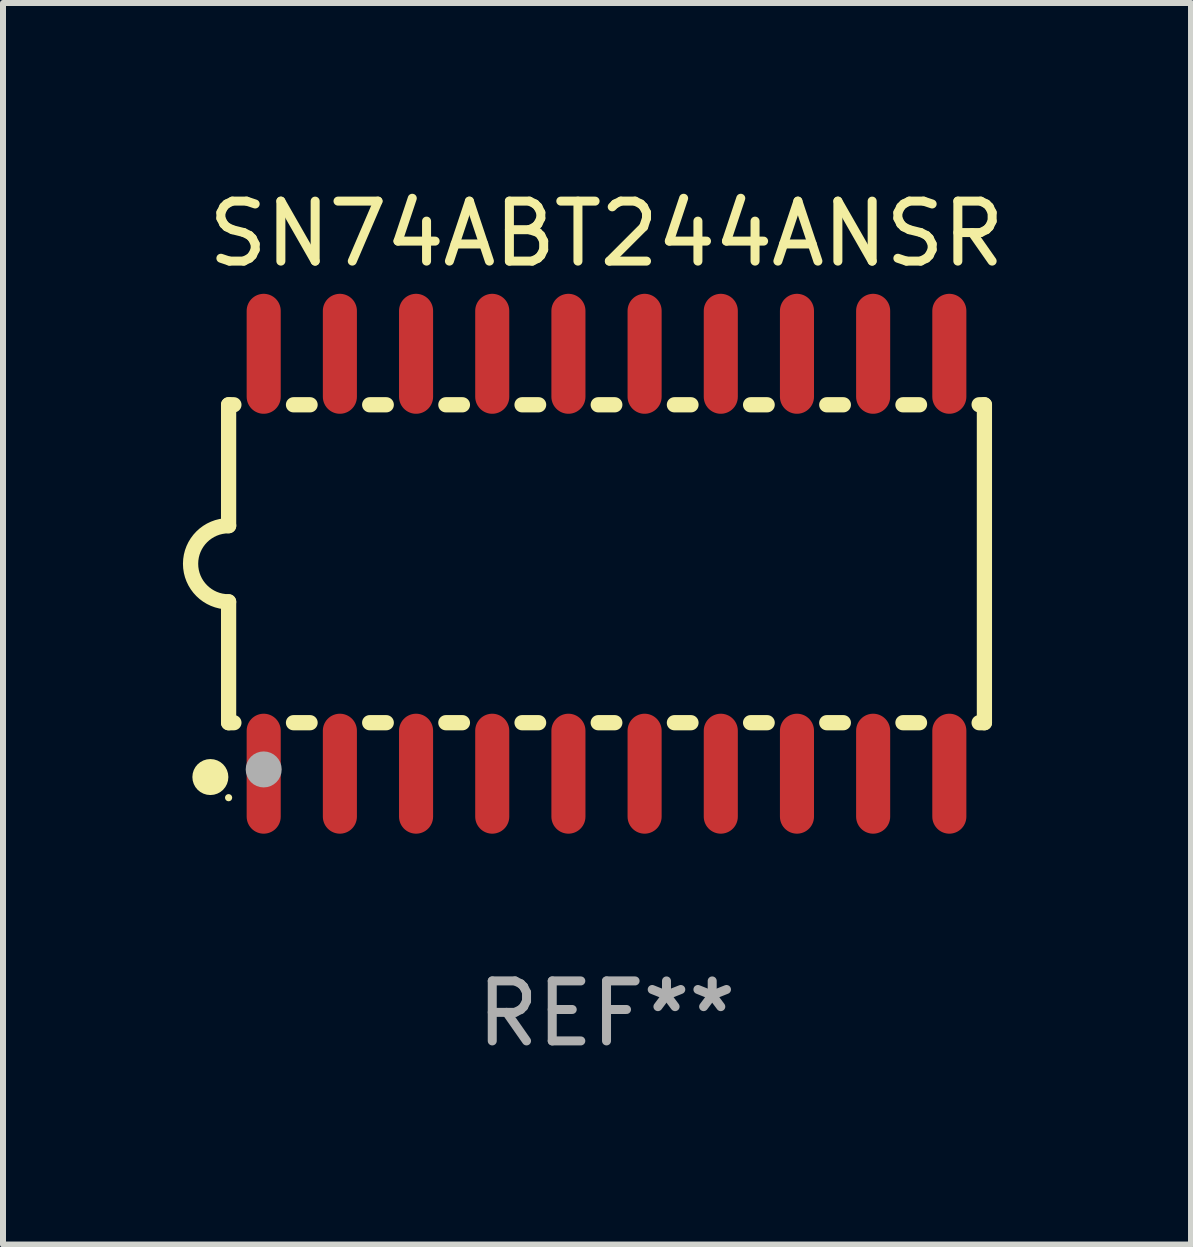
<source format=kicad_pcb>
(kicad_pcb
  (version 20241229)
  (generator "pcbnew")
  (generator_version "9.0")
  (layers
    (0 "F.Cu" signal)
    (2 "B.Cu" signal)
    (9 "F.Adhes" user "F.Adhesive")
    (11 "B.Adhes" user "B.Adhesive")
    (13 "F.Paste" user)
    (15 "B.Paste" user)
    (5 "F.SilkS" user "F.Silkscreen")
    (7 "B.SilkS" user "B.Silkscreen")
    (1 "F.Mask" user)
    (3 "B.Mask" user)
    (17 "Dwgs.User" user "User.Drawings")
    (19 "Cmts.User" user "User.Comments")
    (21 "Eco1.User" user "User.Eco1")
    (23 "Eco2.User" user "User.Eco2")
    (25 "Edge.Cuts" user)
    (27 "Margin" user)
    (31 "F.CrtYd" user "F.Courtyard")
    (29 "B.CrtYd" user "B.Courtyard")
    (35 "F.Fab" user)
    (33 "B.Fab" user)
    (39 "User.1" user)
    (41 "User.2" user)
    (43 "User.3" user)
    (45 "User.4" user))
  (footprint "SN74ABT244ANSR"
    (layer "F.Cu")
    (at 7.061 6.348)
    (property "Reference" "SN74ABT244ANSR" (at 0 -5.5 0) (layer "F.SilkS") (effects (font (size 1 1) (thickness 0.15))))
    (attr through_hole)
    (fp_line (start -6.3 -2.65) (end -6.3 -0.635) (stroke (width 0.254) (type solid)) (layer "F.SilkS"))
    (fp_line (start -6.3 -2.65) (end -6.212 -2.65) (stroke (width 0.254) (type solid)) (layer "F.SilkS"))
    (fp_line (start -6.3 2.65) (end -6.3 0.635) (stroke (width 0.254) (type solid)) (layer "F.SilkS"))
    (fp_line (start -6.3 2.65) (end -6.212 2.65) (stroke (width 0.254) (type solid)) (layer "F.SilkS"))
    (fp_line (start -5.218 -2.65) (end -4.942 -2.65) (stroke (width 0.254) (type solid)) (layer "F.SilkS"))
    (fp_line (start -5.218 2.65) (end -4.942 2.65) (stroke (width 0.254) (type solid)) (layer "F.SilkS"))
    (fp_line (start -3.948 -2.65) (end -3.672 -2.65) (stroke (width 0.254) (type solid)) (layer "F.SilkS"))
    (fp_line (start -3.948 2.65) (end -3.672 2.65) (stroke (width 0.254) (type solid)) (layer "F.SilkS"))
    (fp_line (start -2.678 -2.65) (end -2.402 -2.65) (stroke (width 0.254) (type solid)) (layer "F.SilkS"))
    (fp_line (start -2.678 2.65) (end -2.402 2.65) (stroke (width 0.254) (type solid)) (layer "F.SilkS"))
    (fp_line (start -1.408 -2.65) (end -1.132 -2.65) (stroke (width 0.254) (type solid)) (layer "F.SilkS"))
    (fp_line (start -1.408 2.65) (end -1.132 2.65) (stroke (width 0.254) (type solid)) (layer "F.SilkS"))
    (fp_line (start -0.138 -2.65) (end 0.138 -2.65) (stroke (width 0.254) (type solid)) (layer "F.SilkS"))
    (fp_line (start -0.138 2.65) (end 0.138 2.65) (stroke (width 0.254) (type solid)) (layer "F.SilkS"))
    (fp_line (start 1.132 -2.65) (end 1.408 -2.65) (stroke (width 0.254) (type solid)) (layer "F.SilkS"))
    (fp_line (start 1.132 2.65) (end 1.408 2.65) (stroke (width 0.254) (type solid)) (layer "F.SilkS"))
    (fp_line (start 2.402 -2.65) (end 2.678 -2.65) (stroke (width 0.254) (type solid)) (layer "F.SilkS"))
    (fp_line (start 2.402 2.65) (end 2.678 2.65) (stroke (width 0.254) (type solid)) (layer "F.SilkS"))
    (fp_line (start 3.672 -2.65) (end 3.948 -2.65) (stroke (width 0.254) (type solid)) (layer "F.SilkS"))
    (fp_line (start 3.672 2.65) (end 3.948 2.65) (stroke (width 0.254) (type solid)) (layer "F.SilkS"))
    (fp_line (start 4.942 -2.65) (end 5.218 -2.65) (stroke (width 0.254) (type solid)) (layer "F.SilkS"))
    (fp_line (start 4.942 2.65) (end 5.218 2.65) (stroke (width 0.254) (type solid)) (layer "F.SilkS"))
    (fp_line (start 6.212 -2.65) (end 6.3 -2.65) (stroke (width 0.254) (type solid)) (layer "F.SilkS"))
    (fp_line (start 6.212 2.65) (end 6.3 2.65) (stroke (width 0.254) (type solid)) (layer "F.SilkS"))
    (fp_line (start 6.3 -2.65) (end 6.3 2.65) (stroke (width 0.254) (type solid)) (layer "F.SilkS"))
    (fp_arc (start -6.299975 0.634874) (mid -6.933579 0.000127) (end -6.299213 -0.633858) (stroke (width 0.254001) (type solid)) (layer "F.SilkS"))
    (fp_circle (center -6.604 3.556) (end -6.454 3.556) (stroke (width 0.3) (type solid)) (fill no) (layer "F.SilkS"))
    (fp_circle (center -6.3 3.9) (end -6.27 3.9) (stroke (width 0.06) (type solid)) (fill no) (layer "F.SilkS"))
    (fp_circle (center -5.715 3.429) (end -5.565 3.429) (stroke (width 0.3) (type solid)) (fill no) (layer "F.Fab"))
    (fp_text user "REF**" (at 0 7.5 0) (layer "F.Fab") (effects (font (size 1 1) (thickness 0.15))))
    (pad "1" smd oval (at -5.715 3.5) (size 0.568 2) (layers "F.Cu" "F.Mask" "F.Paste"))
    (pad "2" smd oval (at -4.445 3.5) (size 0.568 2) (layers "F.Cu" "F.Mask" "F.Paste"))
    (pad "3" smd oval (at -3.175 3.5) (size 0.568 2) (layers "F.Cu" "F.Mask" "F.Paste"))
    (pad "4" smd oval (at -1.905 3.5) (size 0.568 2) (layers "F.Cu" "F.Mask" "F.Paste"))
    (pad "5" smd oval (at -0.635 3.5) (size 0.568 2) (layers "F.Cu" "F.Mask" "F.Paste"))
    (pad "6" smd oval (at 0.635 3.5) (size 0.568 2) (layers "F.Cu" "F.Mask" "F.Paste"))
    (pad "7" smd oval (at 1.905 3.5) (size 0.568 2) (layers "F.Cu" "F.Mask" "F.Paste"))
    (pad "8" smd oval (at 3.175 3.5) (size 0.568 2) (layers "F.Cu" "F.Mask" "F.Paste"))
    (pad "9" smd oval (at 4.445 3.5) (size 0.568 2) (layers "F.Cu" "F.Mask" "F.Paste"))
    (pad "10" smd oval (at 5.715 3.5) (size 0.568 2) (layers "F.Cu" "F.Mask" "F.Paste"))
    (pad "11" smd oval (at 5.715 -3.5) (size 0.568 2) (layers "F.Cu" "F.Mask" "F.Paste"))
    (pad "12" smd oval (at 4.445 -3.5) (size 0.568 2) (layers "F.Cu" "F.Mask" "F.Paste"))
    (pad "13" smd oval (at 3.175 -3.5) (size 0.568 2) (layers "F.Cu" "F.Mask" "F.Paste"))
    (pad "14" smd oval (at 1.905 -3.5) (size 0.568 2) (layers "F.Cu" "F.Mask" "F.Paste"))
    (pad "15" smd oval (at 0.635 -3.5) (size 0.568 2) (layers "F.Cu" "F.Mask" "F.Paste"))
    (pad "16" smd oval (at -0.635 -3.5) (size 0.568 2) (layers "F.Cu" "F.Mask" "F.Paste"))
    (pad "17" smd oval (at -1.905 -3.5) (size 0.568 2) (layers "F.Cu" "F.Mask" "F.Paste"))
    (pad "18" smd oval (at -3.175 -3.5) (size 0.568 2) (layers "F.Cu" "F.Mask" "F.Paste"))
    (pad "19" smd oval (at -4.445 -3.5) (size 0.568 2) (layers "F.Cu" "F.Mask" "F.Paste"))
    (pad "20" smd oval (at -5.715 -3.5) (size 0.568 2) (layers "F.Cu" "F.Mask" "F.Paste")))
  (gr_rect
    (start -3 -3)
    (end 16.805 17.697)
    (stroke (width 0.1) (type default))
    (fill no)
    (layer "Edge.Cuts")))
</source>
